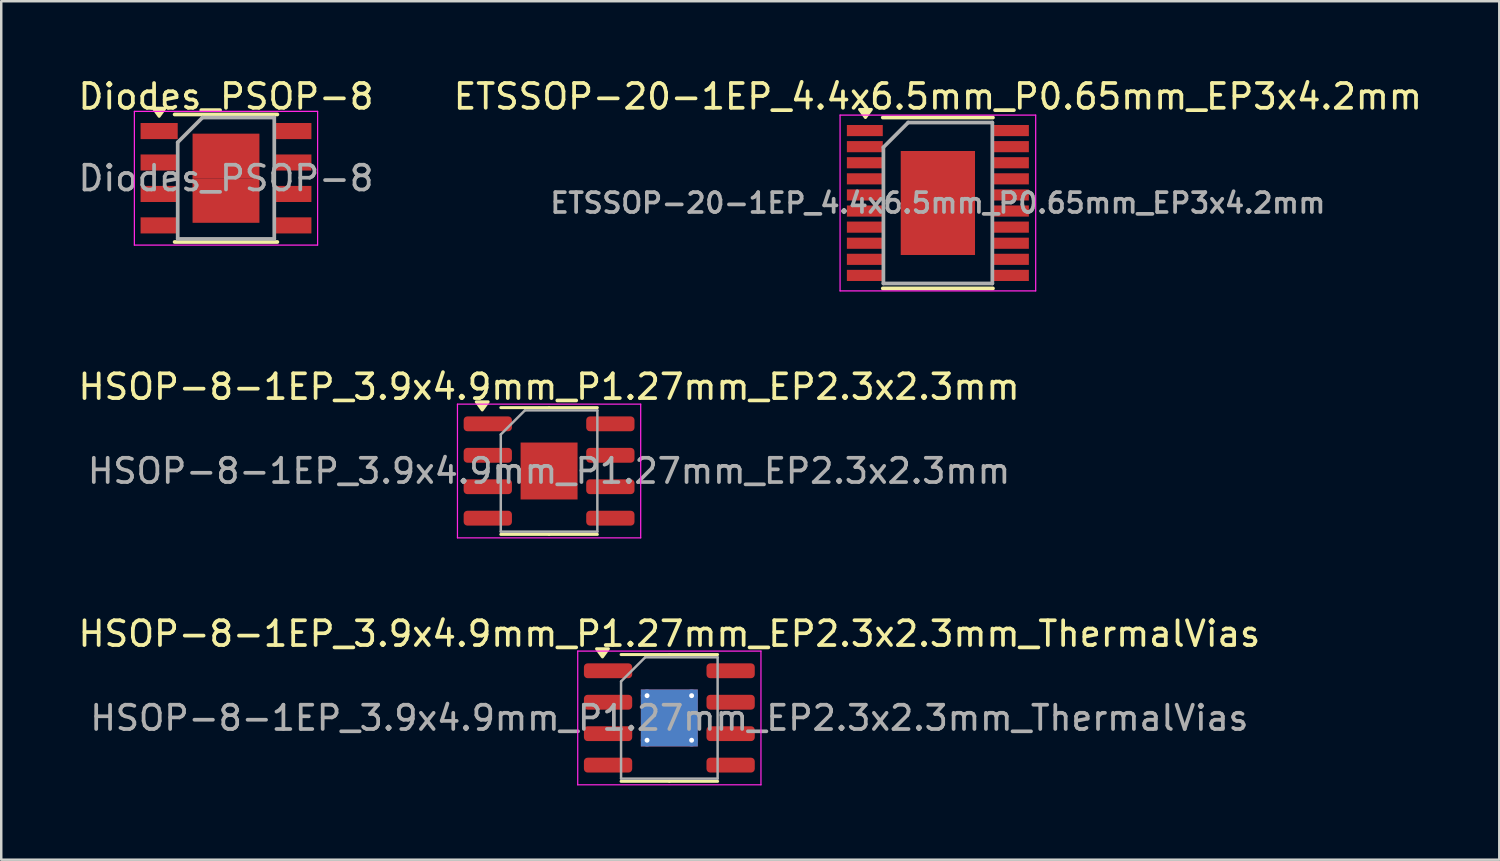
<source format=kicad_pcb>
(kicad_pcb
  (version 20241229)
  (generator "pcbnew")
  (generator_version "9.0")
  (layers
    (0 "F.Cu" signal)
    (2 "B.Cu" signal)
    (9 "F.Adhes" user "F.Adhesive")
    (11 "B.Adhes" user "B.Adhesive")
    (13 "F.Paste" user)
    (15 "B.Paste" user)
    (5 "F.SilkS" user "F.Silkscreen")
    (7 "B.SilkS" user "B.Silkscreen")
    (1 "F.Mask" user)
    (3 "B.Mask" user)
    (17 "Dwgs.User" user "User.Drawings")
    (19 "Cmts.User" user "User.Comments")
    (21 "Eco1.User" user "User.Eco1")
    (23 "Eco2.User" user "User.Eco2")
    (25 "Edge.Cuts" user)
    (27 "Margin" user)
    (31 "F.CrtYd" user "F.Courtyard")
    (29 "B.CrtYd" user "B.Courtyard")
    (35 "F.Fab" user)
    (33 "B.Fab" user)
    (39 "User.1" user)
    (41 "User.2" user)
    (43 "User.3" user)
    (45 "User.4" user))
  (footprint "HSOP-8-1EP_3.9x4.9mm_P1.27mm_EP2.3x2.3mm_ThermalVias"
    (layer "F.Cu")
    (at 23.982 25.945)
    (property "Reference" "HSOP-8-1EP_3.9x4.9mm_P1.27mm_EP2.3x2.3mm_ThermalVias" (at 0 -3.4 0) (layer "F.SilkS") (effects (font (size 1 1) (thickness 0.15))))
    (attr smd)
    (fp_line (start 0 -2.56) (end -1.95 -2.56) (stroke (width 0.12) (type solid)) (layer "F.SilkS"))
    (fp_line (start 0 -2.56) (end 1.95 -2.56) (stroke (width 0.12) (type solid)) (layer "F.SilkS"))
    (fp_line (start 0 2.56) (end -1.95 2.56) (stroke (width 0.12) (type solid)) (layer "F.SilkS"))
    (fp_line (start 0 2.56) (end 1.95 2.56) (stroke (width 0.12) (type solid)) (layer "F.SilkS"))
    (fp_poly (pts (xy -2.7 -2.465) (xy -2.94 -2.795) (xy -2.46 -2.795) (xy -2.7 -2.465)) (stroke (width 0.12) (type solid)) (fill yes) (layer "F.SilkS"))
    (fp_line (start -3.7 -2.7) (end -3.7 2.7) (stroke (width 0.05) (type solid)) (layer "F.CrtYd"))
    (fp_line (start -3.7 2.7) (end 3.7 2.7) (stroke (width 0.05) (type solid)) (layer "F.CrtYd"))
    (fp_line (start 3.7 -2.7) (end -3.7 -2.7) (stroke (width 0.05) (type solid)) (layer "F.CrtYd"))
    (fp_line (start 3.7 2.7) (end 3.7 -2.7) (stroke (width 0.05) (type solid)) (layer "F.CrtYd"))
    (fp_line (start -1.95 -1.475) (end -0.975 -2.45) (stroke (width 0.1) (type solid)) (layer "F.Fab"))
    (fp_line (start -1.95 2.45) (end -1.95 -1.475) (stroke (width 0.1) (type solid)) (layer "F.Fab"))
    (fp_line (start -0.975 -2.45) (end 1.95 -2.45) (stroke (width 0.1) (type solid)) (layer "F.Fab"))
    (fp_line (start 1.95 -2.45) (end 1.95 2.45) (stroke (width 0.1) (type solid)) (layer "F.Fab"))
    (fp_line (start 1.95 2.45) (end -1.95 2.45) (stroke (width 0.1) (type solid)) (layer "F.Fab"))
    (fp_text user "${REFERENCE}" (at 0 0 0) (layer "F.Fab") (effects (font (size 0.98 0.98) (thickness 0.15))))
    (pad "" smd roundrect (at -0.575 -0.575) (size 0.93 0.93) (layers "F.Paste") (roundrect_rratio 0.25))
    (pad "" smd roundrect (at -0.575 0.575) (size 0.93 0.93) (layers "F.Paste") (roundrect_rratio 0.25))
    (pad "" smd roundrect (at 0.575 -0.575) (size 0.93 0.93) (layers "F.Paste") (roundrect_rratio 0.25))
    (pad "" smd roundrect (at 0.575 0.575) (size 0.93 0.93) (layers "F.Paste") (roundrect_rratio 0.25))
    (pad "1" smd roundrect (at -2.475 -1.905) (size 1.95 0.6) (layers "F.Cu" "F.Mask" "F.Paste") (roundrect_rratio 0.25))
    (pad "2" smd roundrect (at -2.475 -0.635) (size 1.95 0.6) (layers "F.Cu" "F.Mask" "F.Paste") (roundrect_rratio 0.25))
    (pad "3" smd roundrect (at -2.475 0.635) (size 1.95 0.6) (layers "F.Cu" "F.Mask" "F.Paste") (roundrect_rratio 0.25))
    (pad "4" smd roundrect (at -2.475 1.905) (size 1.95 0.6) (layers "F.Cu" "F.Mask" "F.Paste") (roundrect_rratio 0.25))
    (pad "5" smd roundrect (at 2.475 1.905) (size 1.95 0.6) (layers "F.Cu" "F.Mask" "F.Paste") (roundrect_rratio 0.25))
    (pad "6" smd roundrect (at 2.475 0.635) (size 1.95 0.6) (layers "F.Cu" "F.Mask" "F.Paste") (roundrect_rratio 0.25))
    (pad "7" smd roundrect (at 2.475 -0.635) (size 1.95 0.6) (layers "F.Cu" "F.Mask" "F.Paste") (roundrect_rratio 0.25))
    (pad "8" smd roundrect (at 2.475 -1.905) (size 1.95 0.6) (layers "F.Cu" "F.Mask" "F.Paste") (roundrect_rratio 0.25))
    (pad "9" thru_hole circle (at -0.9 -0.9) (size 0.5 0.5) (drill 0.2) (property pad_prop_heatsink) (layers "*.Cu"))
    (pad "9" thru_hole circle (at -0.9 0.9) (size 0.5 0.5) (drill 0.2) (property pad_prop_heatsink) (layers "*.Cu"))
    (pad "9" smd rect (at 0 0) (size 2.3 2.3) (property pad_prop_heatsink) (layers "F.Cu" "F.Mask"))
    (pad "9" smd rect (at 0 0) (size 2.3 2.3) (property pad_prop_heatsink) (layers "B.Cu"))
    (pad "9" thru_hole circle (at 0.9 -0.9) (size 0.5 0.5) (drill 0.2) (property pad_prop_heatsink) (layers "*.Cu"))
    (pad "9" thru_hole circle (at 0.9 0.9) (size 0.5 0.5) (drill 0.2) (property pad_prop_heatsink) (layers "*.Cu")))
  (footprint "ETSSOP-20-1EP_4.4x6.5mm_P0.65mm_EP3x4.2mm"
    (layer "F.Cu")
    (at 34.827 5.148)
    (property "Reference" "ETSSOP-20-1EP_4.4x6.5mm_P0.65mm_EP3x4.2mm" (at 0 -4.3 0) (layer "F.SilkS") (effects (font (size 1 1) (thickness 0.15))))
    (attr smd)
    (fp_line (start -2.225 -3.45) (end 2.225 -3.45) (stroke (width 0.15) (type solid)) (layer "F.SilkS"))
    (fp_line (start -2.225 3.45) (end 2.225 3.45) (stroke (width 0.15) (type solid)) (layer "F.SilkS"))
    (fp_poly (pts (xy -2.925 -3.45) (xy -3.165 -3.78) (xy -2.685 -3.78) (xy -2.925 -3.45)) (stroke (width 0.12) (type solid)) (fill yes) (layer "F.SilkS"))
    (fp_line (start -3.95 -3.55) (end -3.95 3.55) (stroke (width 0.05) (type solid)) (layer "F.CrtYd"))
    (fp_line (start -3.95 -3.55) (end 3.95 -3.55) (stroke (width 0.05) (type solid)) (layer "F.CrtYd"))
    (fp_line (start -3.95 3.55) (end 3.95 3.55) (stroke (width 0.05) (type solid)) (layer "F.CrtYd"))
    (fp_line (start 3.95 -3.55) (end 3.95 3.55) (stroke (width 0.05) (type solid)) (layer "F.CrtYd"))
    (fp_line (start -2.2 -2.25) (end -1.2 -3.25) (stroke (width 0.15) (type solid)) (layer "F.Fab"))
    (fp_line (start -2.2 3.25) (end -2.2 -2.25) (stroke (width 0.15) (type solid)) (layer "F.Fab"))
    (fp_line (start -1.2 -3.25) (end 2.2 -3.25) (stroke (width 0.15) (type solid)) (layer "F.Fab"))
    (fp_line (start 2.2 -3.25) (end 2.2 3.25) (stroke (width 0.15) (type solid)) (layer "F.Fab"))
    (fp_line (start 2.2 3.25) (end -2.2 3.25) (stroke (width 0.15) (type solid)) (layer "F.Fab"))
    (fp_text user "${REFERENCE}" (at 0 0 0) (layer "F.Fab") (effects (font (size 0.8 0.8) (thickness 0.15))))
    (pad "" smd rect (at -0.75 -1.4) (size 1.2 1.14) (layers "F.Paste"))
    (pad "" smd rect (at -0.75 0) (size 1.2 1.14) (layers "F.Paste"))
    (pad "" smd rect (at -0.75 1.4) (size 1.2 1.14) (layers "F.Paste"))
    (pad "" smd rect (at 0.75 -1.4) (size 1.2 1.14) (layers "F.Paste"))
    (pad "" smd rect (at 0.75 0) (size 1.2 1.14) (layers "F.Paste"))
    (pad "" smd rect (at 0.75 1.4) (size 1.2 1.14) (layers "F.Paste"))
    (pad "1" smd rect (at -2.95 -2.925) (size 1.45 0.45) (layers "F.Cu" "F.Mask" "F.Paste"))
    (pad "2" smd rect (at -2.95 -2.275) (size 1.45 0.45) (layers "F.Cu" "F.Mask" "F.Paste"))
    (pad "3" smd rect (at -2.95 -1.625) (size 1.45 0.45) (layers "F.Cu" "F.Mask" "F.Paste"))
    (pad "4" smd rect (at -2.95 -0.975) (size 1.45 0.45) (layers "F.Cu" "F.Mask" "F.Paste"))
    (pad "5" smd rect (at -2.95 -0.325) (size 1.45 0.45) (layers "F.Cu" "F.Mask" "F.Paste"))
    (pad "6" smd rect (at -2.95 0.325) (size 1.45 0.45) (layers "F.Cu" "F.Mask" "F.Paste"))
    (pad "7" smd rect (at -2.95 0.975) (size 1.45 0.45) (layers "F.Cu" "F.Mask" "F.Paste"))
    (pad "8" smd rect (at -2.95 1.625) (size 1.45 0.45) (layers "F.Cu" "F.Mask" "F.Paste"))
    (pad "9" smd rect (at -2.95 2.275) (size 1.45 0.45) (layers "F.Cu" "F.Mask" "F.Paste"))
    (pad "10" smd rect (at -2.95 2.925) (size 1.45 0.45) (layers "F.Cu" "F.Mask" "F.Paste"))
    (pad "11" smd rect (at 2.95 2.925) (size 1.45 0.45) (layers "F.Cu" "F.Mask" "F.Paste"))
    (pad "12" smd rect (at 2.95 2.275) (size 1.45 0.45) (layers "F.Cu" "F.Mask" "F.Paste"))
    (pad "13" smd rect (at 2.95 1.625) (size 1.45 0.45) (layers "F.Cu" "F.Mask" "F.Paste"))
    (pad "14" smd rect (at 2.95 0.975) (size 1.45 0.45) (layers "F.Cu" "F.Mask" "F.Paste"))
    (pad "15" smd rect (at 2.95 0.325) (size 1.45 0.45) (layers "F.Cu" "F.Mask" "F.Paste"))
    (pad "16" smd rect (at 2.95 -0.325) (size 1.45 0.45) (layers "F.Cu" "F.Mask" "F.Paste"))
    (pad "17" smd rect (at 2.95 -0.975) (size 1.45 0.45) (layers "F.Cu" "F.Mask" "F.Paste"))
    (pad "18" smd rect (at 2.95 -1.625) (size 1.45 0.45) (layers "F.Cu" "F.Mask" "F.Paste"))
    (pad "19" smd rect (at 2.95 -2.275) (size 1.45 0.45) (layers "F.Cu" "F.Mask" "F.Paste"))
    (pad "20" smd rect (at 2.95 -2.925) (size 1.45 0.45) (layers "F.Cu" "F.Mask" "F.Paste"))
    (pad "21" smd rect (at 0 0) (size 3 4.2) (layers "F.Cu" "F.Mask" "F.Paste")))
  (footprint "Diodes_PSOP-8"
    (layer "F.Cu")
    (at 6.077 4.148)
    (property "Reference" "Diodes_PSOP-8" (at 0 -3.3 0) (layer "F.SilkS") (effects (font (size 1 1) (thickness 0.15))))
    (attr smd)
    (fp_line (start -2.075 -2.575) (end 2.075 -2.575) (stroke (width 0.15) (type solid)) (layer "F.SilkS"))
    (fp_line (start -2.075 2.575) (end 2.075 2.575) (stroke (width 0.15) (type solid)) (layer "F.SilkS"))
    (fp_poly (pts (xy -2.7 -2.5) (xy -2.94 -2.83) (xy -2.46 -2.83) (xy -2.7 -2.5)) (stroke (width 0.12) (type solid)) (fill yes) (layer "F.SilkS"))
    (fp_line (start -3.7 -2.7) (end -3.7 2.7) (stroke (width 0.05) (type solid)) (layer "F.CrtYd"))
    (fp_line (start -3.7 -2.7) (end 3.7 -2.7) (stroke (width 0.05) (type solid)) (layer "F.CrtYd"))
    (fp_line (start -3.7 2.7) (end 3.7 2.7) (stroke (width 0.05) (type solid)) (layer "F.CrtYd"))
    (fp_line (start 3.7 -2.7) (end 3.7 2.7) (stroke (width 0.05) (type solid)) (layer "F.CrtYd"))
    (fp_line (start -1.95 -1.45) (end -0.95 -2.45) (stroke (width 0.15) (type solid)) (layer "F.Fab"))
    (fp_line (start -1.95 2.45) (end -1.95 -1.45) (stroke (width 0.15) (type solid)) (layer "F.Fab"))
    (fp_line (start -0.95 -2.45) (end 1.95 -2.45) (stroke (width 0.15) (type solid)) (layer "F.Fab"))
    (fp_line (start 1.95 -2.45) (end 1.95 2.45) (stroke (width 0.15) (type solid)) (layer "F.Fab"))
    (fp_line (start 1.95 2.45) (end -1.95 2.45) (stroke (width 0.15) (type solid)) (layer "F.Fab"))
    (fp_text user "${REFERENCE}" (at 0 0 0) (layer "F.Fab") (effects (font (size 1 1) (thickness 0.15))))
    (pad "1" smd rect (at -2.7 -1.905) (size 1.5 0.65) (layers "F.Cu" "F.Mask" "F.Paste"))
    (pad "2" smd rect (at -2.7 -0.635) (size 1.5 0.65) (layers "F.Cu" "F.Mask" "F.Paste"))
    (pad "3" smd rect (at -2.7 0.635) (size 1.5 0.65) (layers "F.Cu" "F.Mask" "F.Paste"))
    (pad "4" smd rect (at -2.7 1.905) (size 1.5 0.65) (layers "F.Cu" "F.Mask" "F.Paste"))
    (pad "5" smd rect (at 2.7 1.905) (size 1.5 0.65) (layers "F.Cu" "F.Mask" "F.Paste"))
    (pad "6" smd rect (at 2.7 0.635) (size 1.5 0.65) (layers "F.Cu" "F.Mask" "F.Paste"))
    (pad "7" smd rect (at 2.7 -0.635) (size 1.5 0.65) (layers "F.Cu" "F.Mask" "F.Paste"))
    (pad "8" smd rect (at 2.7 -1.905) (size 1.5 0.65) (layers "F.Cu" "F.Mask" "F.Paste"))
    (pad "9" smd rect (at -0.675 -0.9) (size 1.35 1.8) (layers "F.Cu" "F.Mask" "F.Paste"))
    (pad "9" smd rect (at -0.675 0.9) (size 1.35 1.8) (layers "F.Cu" "F.Mask" "F.Paste"))
    (pad "9" smd rect (at 0.675 -0.9) (size 1.35 1.8) (layers "F.Cu" "F.Mask" "F.Paste"))
    (pad "9" smd rect (at 0.675 0.9) (size 1.35 1.8) (layers "F.Cu" "F.Mask" "F.Paste")))
  (footprint "HSOP-8-1EP_3.9x4.9mm_P1.27mm_EP2.3x2.3mm"
    (layer "F.Cu")
    (at 19.125 15.972)
    (property "Reference" "HSOP-8-1EP_3.9x4.9mm_P1.27mm_EP2.3x2.3mm" (at 0 -3.4 0) (layer "F.SilkS") (effects (font (size 1 1) (thickness 0.15))))
    (attr smd)
    (fp_line (start 0 -2.56) (end -1.95 -2.56) (stroke (width 0.12) (type solid)) (layer "F.SilkS"))
    (fp_line (start 0 -2.56) (end 1.95 -2.56) (stroke (width 0.12) (type solid)) (layer "F.SilkS"))
    (fp_line (start 0 2.56) (end -1.95 2.56) (stroke (width 0.12) (type solid)) (layer "F.SilkS"))
    (fp_line (start 0 2.56) (end 1.95 2.56) (stroke (width 0.12) (type solid)) (layer "F.SilkS"))
    (fp_poly (pts (xy -2.7 -2.465) (xy -2.94 -2.795) (xy -2.46 -2.795) (xy -2.7 -2.465)) (stroke (width 0.12) (type solid)) (fill yes) (layer "F.SilkS"))
    (fp_line (start -3.7 -2.7) (end -3.7 2.7) (stroke (width 0.05) (type solid)) (layer "F.CrtYd"))
    (fp_line (start -3.7 2.7) (end 3.7 2.7) (stroke (width 0.05) (type solid)) (layer "F.CrtYd"))
    (fp_line (start 3.7 -2.7) (end -3.7 -2.7) (stroke (width 0.05) (type solid)) (layer "F.CrtYd"))
    (fp_line (start 3.7 2.7) (end 3.7 -2.7) (stroke (width 0.05) (type solid)) (layer "F.CrtYd"))
    (fp_line (start -1.95 -1.475) (end -0.975 -2.45) (stroke (width 0.1) (type solid)) (layer "F.Fab"))
    (fp_line (start -1.95 2.45) (end -1.95 -1.475) (stroke (width 0.1) (type solid)) (layer "F.Fab"))
    (fp_line (start -0.975 -2.45) (end 1.95 -2.45) (stroke (width 0.1) (type solid)) (layer "F.Fab"))
    (fp_line (start 1.95 -2.45) (end 1.95 2.45) (stroke (width 0.1) (type solid)) (layer "F.Fab"))
    (fp_line (start 1.95 2.45) (end -1.95 2.45) (stroke (width 0.1) (type solid)) (layer "F.Fab"))
    (fp_text user "${REFERENCE}" (at 0 0 0) (layer "F.Fab") (effects (font (size 0.98 0.98) (thickness 0.15))))
    (pad "" smd roundrect (at -0.575 -0.575) (size 0.93 0.93) (layers "F.Paste") (roundrect_rratio 0.25))
    (pad "" smd roundrect (at -0.575 0.575) (size 0.93 0.93) (layers "F.Paste") (roundrect_rratio 0.25))
    (pad "" smd roundrect (at 0.575 -0.575) (size 0.93 0.93) (layers "F.Paste") (roundrect_rratio 0.25))
    (pad "" smd roundrect (at 0.575 0.575) (size 0.93 0.93) (layers "F.Paste") (roundrect_rratio 0.25))
    (pad "1" smd roundrect (at -2.475 -1.905) (size 1.95 0.6) (layers "F.Cu" "F.Mask" "F.Paste") (roundrect_rratio 0.25))
    (pad "2" smd roundrect (at -2.475 -0.635) (size 1.95 0.6) (layers "F.Cu" "F.Mask" "F.Paste") (roundrect_rratio 0.25))
    (pad "3" smd roundrect (at -2.475 0.635) (size 1.95 0.6) (layers "F.Cu" "F.Mask" "F.Paste") (roundrect_rratio 0.25))
    (pad "4" smd roundrect (at -2.475 1.905) (size 1.95 0.6) (layers "F.Cu" "F.Mask" "F.Paste") (roundrect_rratio 0.25))
    (pad "5" smd roundrect (at 2.475 1.905) (size 1.95 0.6) (layers "F.Cu" "F.Mask" "F.Paste") (roundrect_rratio 0.25))
    (pad "6" smd roundrect (at 2.475 0.635) (size 1.95 0.6) (layers "F.Cu" "F.Mask" "F.Paste") (roundrect_rratio 0.25))
    (pad "7" smd roundrect (at 2.475 -0.635) (size 1.95 0.6) (layers "F.Cu" "F.Mask" "F.Paste") (roundrect_rratio 0.25))
    (pad "8" smd roundrect (at 2.475 -1.905) (size 1.95 0.6) (layers "F.Cu" "F.Mask" "F.Paste") (roundrect_rratio 0.25))
    (pad "9" smd rect (at 0 0) (size 2.3 2.3) (property pad_prop_heatsink) (layers "F.Cu" "F.Mask")))
  (gr_rect
    (start -3 -3)
    (end 57.5 31.67)
    (stroke (width 0.1) (type default))
    (fill no)
    (layer "Edge.Cuts")))
</source>
